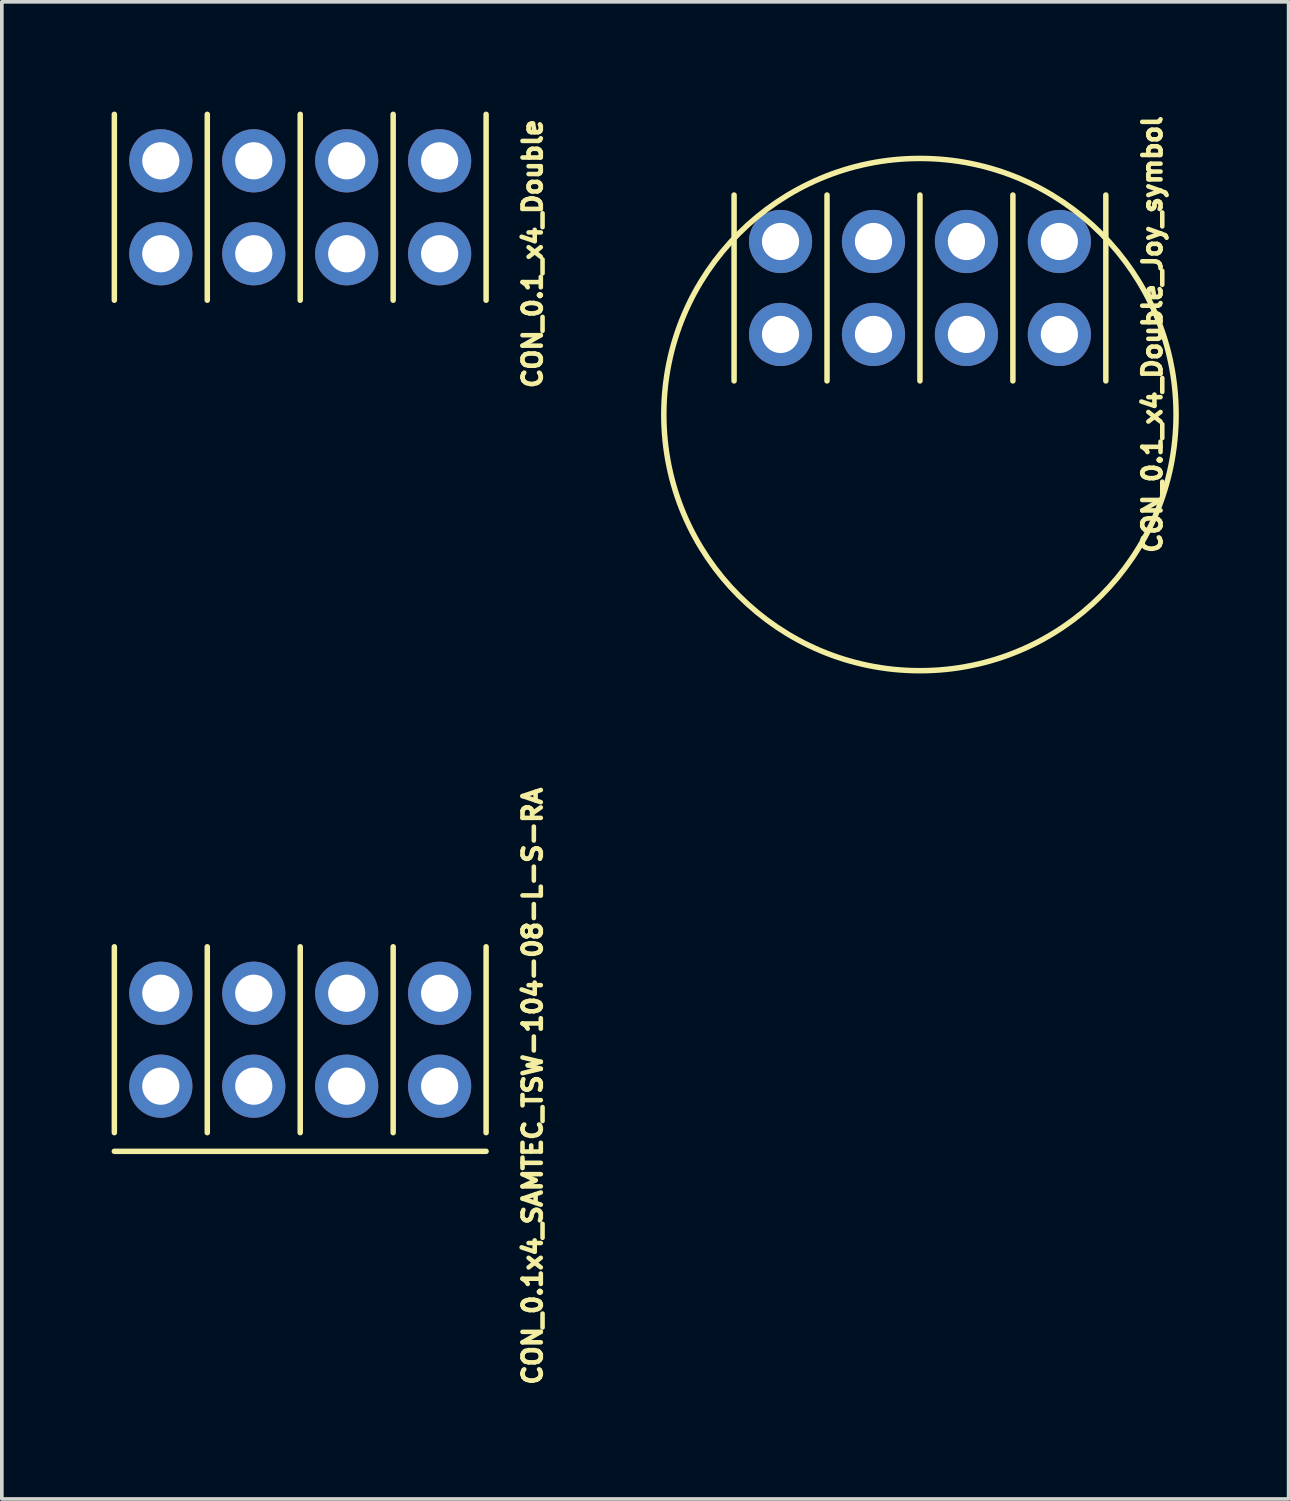
<source format=kicad_pcb>
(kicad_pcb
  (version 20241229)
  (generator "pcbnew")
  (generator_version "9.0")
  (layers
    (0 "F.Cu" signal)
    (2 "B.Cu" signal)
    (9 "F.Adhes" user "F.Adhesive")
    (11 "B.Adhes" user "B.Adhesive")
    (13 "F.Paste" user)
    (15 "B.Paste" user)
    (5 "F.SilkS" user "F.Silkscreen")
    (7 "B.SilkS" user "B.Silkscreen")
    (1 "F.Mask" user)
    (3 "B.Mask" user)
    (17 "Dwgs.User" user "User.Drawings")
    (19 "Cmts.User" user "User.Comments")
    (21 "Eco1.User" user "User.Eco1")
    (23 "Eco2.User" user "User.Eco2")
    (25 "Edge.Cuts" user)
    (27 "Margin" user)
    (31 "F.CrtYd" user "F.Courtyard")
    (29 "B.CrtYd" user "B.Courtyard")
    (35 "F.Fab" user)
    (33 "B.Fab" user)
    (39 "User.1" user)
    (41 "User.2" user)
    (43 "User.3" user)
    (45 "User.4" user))
  (footprint "CON_0.1x4_SAMTEC_TSW-104-08-L-S-RA"
    (layer "F.Cu")
    (at 1.345 26.635)
    (property "Reference" "CON_0.1x4_SAMTEC_TSW-104-08-L-S-RA" (at 10.16 0 270) (layer "F.SilkS") (effects (font (size 0.5 0.5) (thickness 0.125))))
    (attr through_hole)
    (fp_line (start -1.27 -3.81) (end -1.27 1.27) (stroke (width 0.15) (type solid)) (layer "F.SilkS"))
    (fp_line (start -1.27 1.78) (end 8.89 1.78) (stroke (width 0.15) (type solid)) (layer "F.SilkS"))
    (fp_line (start 1.27 -3.81) (end 1.27 1.27) (stroke (width 0.15) (type solid)) (layer "F.SilkS"))
    (fp_line (start 3.81 -3.81) (end 3.81 1.27) (stroke (width 0.15) (type solid)) (layer "F.SilkS"))
    (fp_line (start 6.35 -3.81) (end 6.35 1.27) (stroke (width 0.15) (type solid)) (layer "F.SilkS"))
    (fp_line (start 8.89 -3.81) (end 8.89 1.27) (stroke (width 0.15) (type solid)) (layer "F.SilkS"))
    (pad "1" thru_hole circle (at 0 -2.54 270) (size 1.727 1.727) (drill 1.016) (layers "*.Cu" "*.Mask"))
    (pad "1" thru_hole circle (at 0 0 270) (size 1.727 1.727) (drill 1.016) (layers "*.Cu" "*.Mask"))
    (pad "2" thru_hole circle (at 2.54 -2.54 270) (size 1.727 1.727) (drill 1.016) (layers "*.Cu" "*.Mask"))
    (pad "2" thru_hole circle (at 2.54 0 270) (size 1.727 1.727) (drill 1.016) (layers "*.Cu" "*.Mask"))
    (pad "3" thru_hole circle (at 5.08 -2.54 270) (size 1.727 1.727) (drill 1.016) (layers "*.Cu" "*.Mask"))
    (pad "3" thru_hole circle (at 5.08 0 270) (size 1.727 1.727) (drill 1.016) (layers "*.Cu" "*.Mask"))
    (pad "4" thru_hole circle (at 7.62 -2.54 270) (size 1.727 1.727) (drill 1.016) (layers "*.Cu" "*.Mask"))
    (pad "4" thru_hole circle (at 7.62 0 270) (size 1.727 1.727) (drill 1.016) (layers "*.Cu" "*.Mask")))
  (footprint "CON_0.1_x4_Double"
    (layer "F.Cu")
    (at 1.345 3.885)
    (property "Reference" "CON_0.1_x4_Double" (at 10.16 0 270) (layer "F.SilkS") (effects (font (size 0.5 0.5) (thickness 0.125))))
    (attr through_hole)
    (fp_line (start -1.27 -3.81) (end -1.27 1.27) (stroke (width 0.15) (type solid)) (layer "F.SilkS"))
    (fp_line (start 1.27 -3.81) (end 1.27 1.27) (stroke (width 0.15) (type solid)) (layer "F.SilkS"))
    (fp_line (start 3.81 -3.81) (end 3.81 1.27) (stroke (width 0.15) (type solid)) (layer "F.SilkS"))
    (fp_line (start 6.35 -3.81) (end 6.35 1.27) (stroke (width 0.15) (type solid)) (layer "F.SilkS"))
    (fp_line (start 8.89 -3.81) (end 8.89 1.27) (stroke (width 0.15) (type solid)) (layer "F.SilkS"))
    (pad "1" thru_hole circle (at 0 -2.54 270) (size 1.727 1.727) (drill 1.016) (layers "*.Cu" "*.Mask"))
    (pad "1" thru_hole circle (at 0 0 270) (size 1.727 1.727) (drill 1.016) (layers "*.Cu" "*.Mask"))
    (pad "2" thru_hole circle (at 2.54 -2.54 270) (size 1.727 1.727) (drill 1.016) (layers "*.Cu" "*.Mask"))
    (pad "2" thru_hole circle (at 2.54 0 270) (size 1.727 1.727) (drill 1.016) (layers "*.Cu" "*.Mask"))
    (pad "3" thru_hole circle (at 5.08 -2.54 270) (size 1.727 1.727) (drill 1.016) (layers "*.Cu" "*.Mask"))
    (pad "3" thru_hole circle (at 5.08 0 270) (size 1.727 1.727) (drill 1.016) (layers "*.Cu" "*.Mask"))
    (pad "4" thru_hole circle (at 7.62 -2.54 270) (size 1.727 1.727) (drill 1.016) (layers "*.Cu" "*.Mask"))
    (pad "4" thru_hole circle (at 7.62 0 270) (size 1.727 1.727) (drill 1.016) (layers "*.Cu" "*.Mask")))
  (footprint "CON_0.1_x4_Double_Joy_symbol"
    (layer "F.Cu")
    (at 18.282 6.09)
    (property "Reference" "CON_0.1_x4_Double_Joy_symbol" (at 10.16 0 270) (layer "F.SilkS") (effects (font (size 0.5 0.5) (thickness 0.125))))
    (attr through_hole)
    (fp_line (start -1.27 -3.81) (end -1.27 1.27) (stroke (width 0.15) (type solid)) (layer "F.SilkS"))
    (fp_line (start 1.27 -3.81) (end 1.27 1.27) (stroke (width 0.15) (type solid)) (layer "F.SilkS"))
    (fp_line (start 3.81 -3.81) (end 3.81 1.27) (stroke (width 0.15) (type solid)) (layer "F.SilkS"))
    (fp_line (start 6.35 -3.81) (end 6.35 1.27) (stroke (width 0.15) (type solid)) (layer "F.SilkS"))
    (fp_line (start 8.89 -3.81) (end 8.89 1.27) (stroke (width 0.15) (type solid)) (layer "F.SilkS"))
    (fp_circle (center 3.81 2.19) (end 3.81 9.19) (stroke (width 0.15) (type solid)) (fill no) (layer "F.SilkS"))
    (pad "1" thru_hole circle (at 0 -2.54 270) (size 1.727 1.727) (drill 1.016) (layers "*.Cu" "*.Mask"))
    (pad "1" thru_hole circle (at 0 0 270) (size 1.727 1.727) (drill 1.016) (layers "*.Cu" "*.Mask"))
    (pad "2" thru_hole circle (at 2.54 -2.54 270) (size 1.727 1.727) (drill 1.016) (layers "*.Cu" "*.Mask"))
    (pad "2" thru_hole circle (at 2.54 0 270) (size 1.727 1.727) (drill 1.016) (layers "*.Cu" "*.Mask"))
    (pad "3" thru_hole circle (at 5.08 -2.54 270) (size 1.727 1.727) (drill 1.016) (layers "*.Cu" "*.Mask"))
    (pad "3" thru_hole circle (at 5.08 0 270) (size 1.727 1.727) (drill 1.016) (layers "*.Cu" "*.Mask"))
    (pad "4" thru_hole circle (at 7.62 -2.54 270) (size 1.727 1.727) (drill 1.016) (layers "*.Cu" "*.Mask"))
    (pad "4" thru_hole circle (at 7.62 0 270) (size 1.727 1.727) (drill 1.016) (layers "*.Cu" "*.Mask")))
  (gr_rect
    (start -3 -3)
    (end 32.167 37.916)
    (stroke (width 0.1) (type default))
    (fill no)
    (layer "Edge.Cuts")))
</source>
